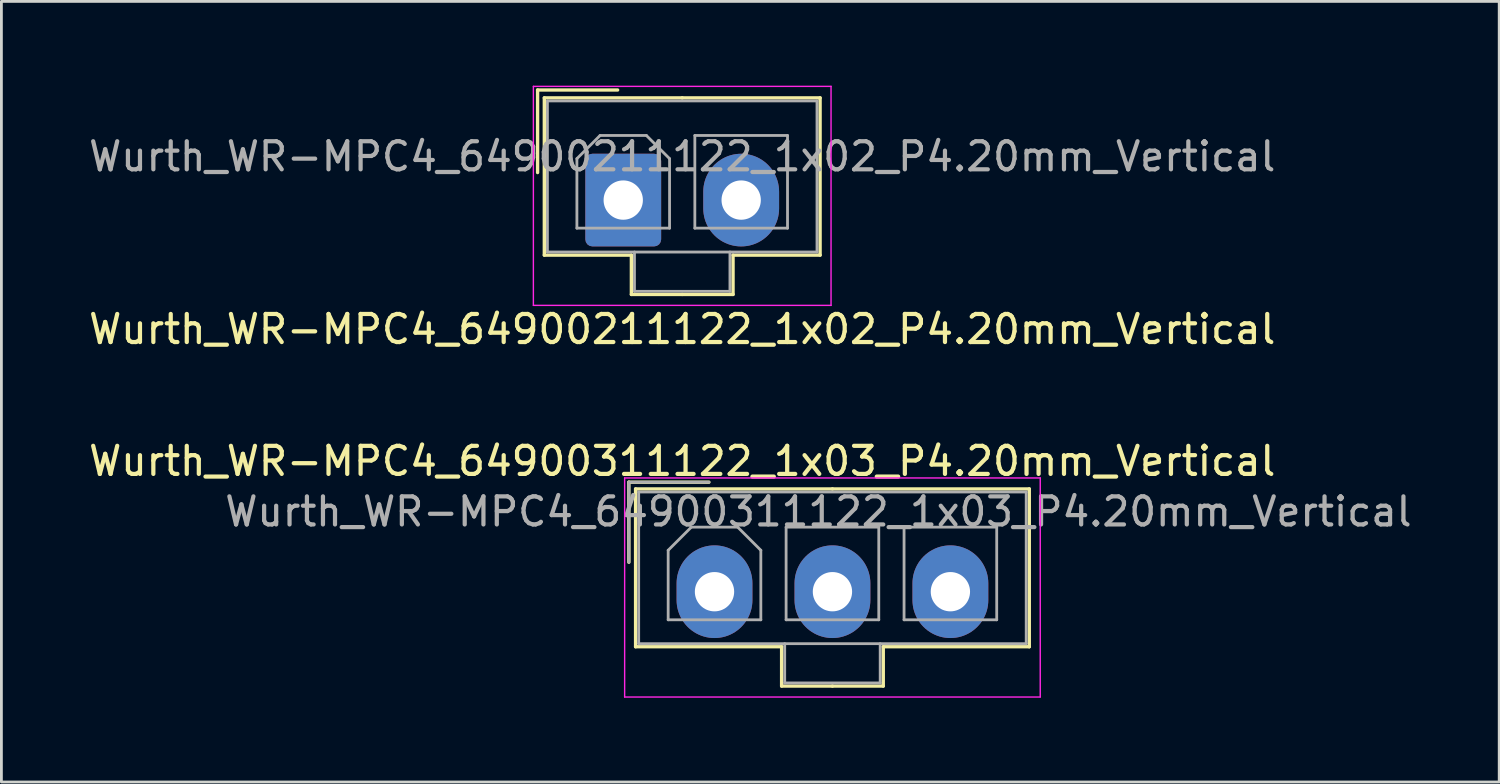
<source format=kicad_pcb>
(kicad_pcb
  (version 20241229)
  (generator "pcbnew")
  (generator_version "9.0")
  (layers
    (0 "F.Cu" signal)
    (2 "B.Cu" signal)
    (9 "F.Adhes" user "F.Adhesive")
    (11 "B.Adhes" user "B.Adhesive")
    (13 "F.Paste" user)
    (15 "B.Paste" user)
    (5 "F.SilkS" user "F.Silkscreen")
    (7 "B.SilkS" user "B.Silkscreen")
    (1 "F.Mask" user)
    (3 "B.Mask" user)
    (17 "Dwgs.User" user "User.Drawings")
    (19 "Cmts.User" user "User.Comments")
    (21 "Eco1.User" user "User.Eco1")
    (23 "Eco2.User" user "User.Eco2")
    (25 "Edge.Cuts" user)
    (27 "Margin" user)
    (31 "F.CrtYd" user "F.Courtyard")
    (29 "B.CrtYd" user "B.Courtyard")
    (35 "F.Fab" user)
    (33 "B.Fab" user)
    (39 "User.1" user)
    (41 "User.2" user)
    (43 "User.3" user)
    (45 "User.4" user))
  (footprint "Wurth_WR-MPC4_64900211122_1x02_P4.20mm_Vertical"
    (layer "F.Cu")
    (at 19.144 4.075)
    (property "Reference" "Wurth_WR-MPC4_64900211122_1x02_P4.20mm_Vertical" (at 2.1 4.6 0) (layer "F.SilkS") (effects (font (size 1 1) (thickness 0.15))))
    (attr through_hole)
    (fp_line (start -3.05 -3.92) (end -3.05 -0.98) (stroke (width 0.12) (type solid)) (layer "F.SilkS"))
    (fp_line (start -2.81 -3.64) (end -2.81 1.96) (stroke (width 0.12) (type solid)) (layer "F.SilkS"))
    (fp_line (start -2.81 1.96) (end 0.29 1.96) (stroke (width 0.12) (type solid)) (layer "F.SilkS"))
    (fp_line (start -0.2 -3.92) (end -3.05 -3.92) (stroke (width 0.12) (type solid)) (layer "F.SilkS"))
    (fp_line (start 0.29 1.96) (end 0.29 3.36) (stroke (width 0.12) (type solid)) (layer "F.SilkS"))
    (fp_line (start 0.29 3.36) (end 2.1 3.36) (stroke (width 0.12) (type solid)) (layer "F.SilkS"))
    (fp_line (start 2.1 -3.64) (end -2.81 -3.64) (stroke (width 0.12) (type solid)) (layer "F.SilkS"))
    (fp_line (start 2.1 -3.64) (end 7.01 -3.64) (stroke (width 0.12) (type solid)) (layer "F.SilkS"))
    (fp_line (start 3.91 1.96) (end 3.91 3.36) (stroke (width 0.12) (type solid)) (layer "F.SilkS"))
    (fp_line (start 3.91 3.36) (end 2.1 3.36) (stroke (width 0.12) (type solid)) (layer "F.SilkS"))
    (fp_line (start 7.01 -3.64) (end 7.01 1.96) (stroke (width 0.12) (type solid)) (layer "F.SilkS"))
    (fp_line (start 7.01 1.96) (end 3.91 1.96) (stroke (width 0.12) (type solid)) (layer "F.SilkS"))
    (fp_line (start -3.2 -4.05) (end -3.2 3.75) (stroke (width 0.05) (type solid)) (layer "F.CrtYd"))
    (fp_line (start -3.2 3.75) (end 7.4 3.75) (stroke (width 0.05) (type solid)) (layer "F.CrtYd"))
    (fp_line (start 7.4 -4.05) (end -3.2 -4.05) (stroke (width 0.05) (type solid)) (layer "F.CrtYd"))
    (fp_line (start 7.4 3.75) (end 7.4 -4.05) (stroke (width 0.05) (type solid)) (layer "F.CrtYd"))
    (fp_line (start -2.7 -3.53) (end -2.7 1.85) (stroke (width 0.1) (type solid)) (layer "F.Fab"))
    (fp_line (start -2.7 1.85) (end 6.9 1.85) (stroke (width 0.1) (type solid)) (layer "F.Fab"))
    (fp_line (start -1.65 -1.475) (end -0.825 -2.3) (stroke (width 0.1) (type solid)) (layer "F.Fab"))
    (fp_line (start -1.65 1) (end -1.65 -1.475) (stroke (width 0.1) (type solid)) (layer "F.Fab"))
    (fp_line (start -0.825 -2.3) (end 0.825 -2.3) (stroke (width 0.1) (type solid)) (layer "F.Fab"))
    (fp_line (start 0.4 1.85) (end 0.4 3.25) (stroke (width 0.1) (type solid)) (layer "F.Fab"))
    (fp_line (start 0.4 3.25) (end 3.8 3.25) (stroke (width 0.1) (type solid)) (layer "F.Fab"))
    (fp_line (start 0.825 -2.3) (end 1.65 -1.475) (stroke (width 0.1) (type solid)) (layer "F.Fab"))
    (fp_line (start 1.65 -1.475) (end 1.65 1) (stroke (width 0.1) (type solid)) (layer "F.Fab"))
    (fp_line (start 1.65 1) (end -1.65 1) (stroke (width 0.1) (type solid)) (layer "F.Fab"))
    (fp_line (start 2.55 -2.3) (end 2.55 1) (stroke (width 0.1) (type solid)) (layer "F.Fab"))
    (fp_line (start 2.55 1) (end 5.85 1) (stroke (width 0.1) (type solid)) (layer "F.Fab"))
    (fp_line (start 3.8 3.25) (end 3.8 1.85) (stroke (width 0.1) (type solid)) (layer "F.Fab"))
    (fp_line (start 5.85 -2.3) (end 2.55 -2.3) (stroke (width 0.1) (type solid)) (layer "F.Fab"))
    (fp_line (start 5.85 1) (end 5.85 -2.3) (stroke (width 0.1) (type solid)) (layer "F.Fab"))
    (fp_line (start 6.9 -3.53) (end -2.7 -3.53) (stroke (width 0.1) (type solid)) (layer "F.Fab"))
    (fp_line (start 6.9 1.85) (end 6.9 -3.53) (stroke (width 0.1) (type solid)) (layer "F.Fab"))
    (fp_text user "${REFERENCE}" (at 2.1 -1.55 0) (layer "F.Fab") (effects (font (size 1 1) (thickness 0.15))))
    (pad "1" thru_hole roundrect (at 0 0) (size 2.7 3.3) (drill 1.4) (layers "*.Cu" "*.Mask") (roundrect_rratio 0.093))
    (pad "2" thru_hole oval (at 4.2 0) (size 2.7 3.3) (drill 1.4) (layers "*.Cu" "*.Mask")))
  (footprint "Wurth_WR-MPC4_64900311122_1x03_P4.20mm_Vertical"
    (layer "F.Cu")
    (at 22.394 18.021)
    (property "Reference" "Wurth_WR-MPC4_64900311122_1x03_P4.20mm_Vertical" (at -1.15 -4.65 0) (layer "F.SilkS") (effects (font (size 1 1) (thickness 0.15))))
    (attr through_hole)
    (fp_line (start -3.05 -3.9) (end -3.05 -1.05) (stroke (width 0.12) (type solid)) (layer "F.SilkS"))
    (fp_line (start -2.81 -3.66) (end -2.81 1.96) (stroke (width 0.12) (type solid)) (layer "F.SilkS"))
    (fp_line (start -2.81 1.96) (end 2.39 1.96) (stroke (width 0.12) (type solid)) (layer "F.SilkS"))
    (fp_line (start -0.2 -3.9) (end -3.05 -3.9) (stroke (width 0.12) (type solid)) (layer "F.SilkS"))
    (fp_line (start 2.39 1.96) (end 2.39 3.36) (stroke (width 0.12) (type solid)) (layer "F.SilkS"))
    (fp_line (start 2.39 3.36) (end 4.2 3.36) (stroke (width 0.12) (type solid)) (layer "F.SilkS"))
    (fp_line (start 4.2 -3.66) (end -2.81 -3.66) (stroke (width 0.12) (type solid)) (layer "F.SilkS"))
    (fp_line (start 4.2 -3.66) (end 11.21 -3.66) (stroke (width 0.12) (type solid)) (layer "F.SilkS"))
    (fp_line (start 6.01 1.96) (end 6.01 3.36) (stroke (width 0.12) (type solid)) (layer "F.SilkS"))
    (fp_line (start 6.01 3.36) (end 4.2 3.36) (stroke (width 0.12) (type solid)) (layer "F.SilkS"))
    (fp_line (start 11.21 -3.66) (end 11.21 1.96) (stroke (width 0.12) (type solid)) (layer "F.SilkS"))
    (fp_line (start 11.21 1.96) (end 6.01 1.96) (stroke (width 0.12) (type solid)) (layer "F.SilkS"))
    (fp_line (start -3.2 -4.05) (end -3.2 3.75) (stroke (width 0.05) (type solid)) (layer "F.CrtYd"))
    (fp_line (start -3.2 3.75) (end 11.6 3.75) (stroke (width 0.05) (type solid)) (layer "F.CrtYd"))
    (fp_line (start 11.6 -4.05) (end -3.2 -4.05) (stroke (width 0.05) (type solid)) (layer "F.CrtYd"))
    (fp_line (start 11.6 3.75) (end 11.6 -4.05) (stroke (width 0.05) (type solid)) (layer "F.CrtYd"))
    (fp_line (start -3.05 -3.9) (end -3.05 -1.05) (stroke (width 0.1) (type solid)) (layer "F.Fab"))
    (fp_line (start -2.7 -3.55) (end -2.7 1.85) (stroke (width 0.1) (type solid)) (layer "F.Fab"))
    (fp_line (start -2.7 1.85) (end 11.1 1.85) (stroke (width 0.1) (type solid)) (layer "F.Fab"))
    (fp_line (start -1.65 -1.475) (end -0.825 -2.3) (stroke (width 0.1) (type solid)) (layer "F.Fab"))
    (fp_line (start -1.65 1) (end -1.65 -1.475) (stroke (width 0.1) (type solid)) (layer "F.Fab"))
    (fp_line (start -0.825 -2.3) (end 0.825 -2.3) (stroke (width 0.1) (type solid)) (layer "F.Fab"))
    (fp_line (start -0.2 -3.9) (end -3.05 -3.9) (stroke (width 0.1) (type solid)) (layer "F.Fab"))
    (fp_line (start 0.825 -2.3) (end 1.65 -1.475) (stroke (width 0.1) (type solid)) (layer "F.Fab"))
    (fp_line (start 1.65 -1.475) (end 1.65 1) (stroke (width 0.1) (type solid)) (layer "F.Fab"))
    (fp_line (start 1.65 1) (end -1.65 1) (stroke (width 0.1) (type solid)) (layer "F.Fab"))
    (fp_line (start 2.5 1.85) (end 2.5 3.25) (stroke (width 0.1) (type solid)) (layer "F.Fab"))
    (fp_line (start 2.5 3.25) (end 5.9 3.25) (stroke (width 0.1) (type solid)) (layer "F.Fab"))
    (fp_line (start 2.55 -2.3) (end 2.55 1) (stroke (width 0.1) (type solid)) (layer "F.Fab"))
    (fp_line (start 2.55 1) (end 5.85 1) (stroke (width 0.1) (type solid)) (layer "F.Fab"))
    (fp_line (start 5.85 -2.3) (end 2.55 -2.3) (stroke (width 0.1) (type solid)) (layer "F.Fab"))
    (fp_line (start 5.85 1) (end 5.85 -2.3) (stroke (width 0.1) (type solid)) (layer "F.Fab"))
    (fp_line (start 5.9 3.25) (end 5.9 1.85) (stroke (width 0.1) (type solid)) (layer "F.Fab"))
    (fp_line (start 6.75 -2.3) (end 6.75 1) (stroke (width 0.1) (type solid)) (layer "F.Fab"))
    (fp_line (start 6.75 1) (end 10.05 1) (stroke (width 0.1) (type solid)) (layer "F.Fab"))
    (fp_line (start 10.05 -2.3) (end 6.75 -2.3) (stroke (width 0.1) (type solid)) (layer "F.Fab"))
    (fp_line (start 10.05 1) (end 10.05 -2.3) (stroke (width 0.1) (type solid)) (layer "F.Fab"))
    (fp_line (start 11.1 -3.55) (end -2.7 -3.55) (stroke (width 0.1) (type solid)) (layer "F.Fab"))
    (fp_line (start 11.1 1.85) (end 11.1 -3.55) (stroke (width 0.1) (type solid)) (layer "F.Fab"))
    (fp_text user "${REFERENCE}" (at 3.7 -2.85 0) (layer "F.Fab") (effects (font (size 1 1) (thickness 0.15))))
    (pad "1" thru_hole oval (at 0 0) (size 2.7 3.3) (drill 1.4) (layers "*.Cu" "*.Mask"))
    (pad "2" thru_hole oval (at 4.2 0) (size 2.7 3.3) (drill 1.4) (layers "*.Cu" "*.Mask"))
    (pad "3" thru_hole oval (at 8.4 0) (size 2.7 3.3) (drill 1.4) (layers "*.Cu" "*.Mask")))
  (gr_rect
    (start -3 -3)
    (end 50.338 24.797)
    (stroke (width 0.1) (type default))
    (fill no)
    (layer "Edge.Cuts")))
</source>
